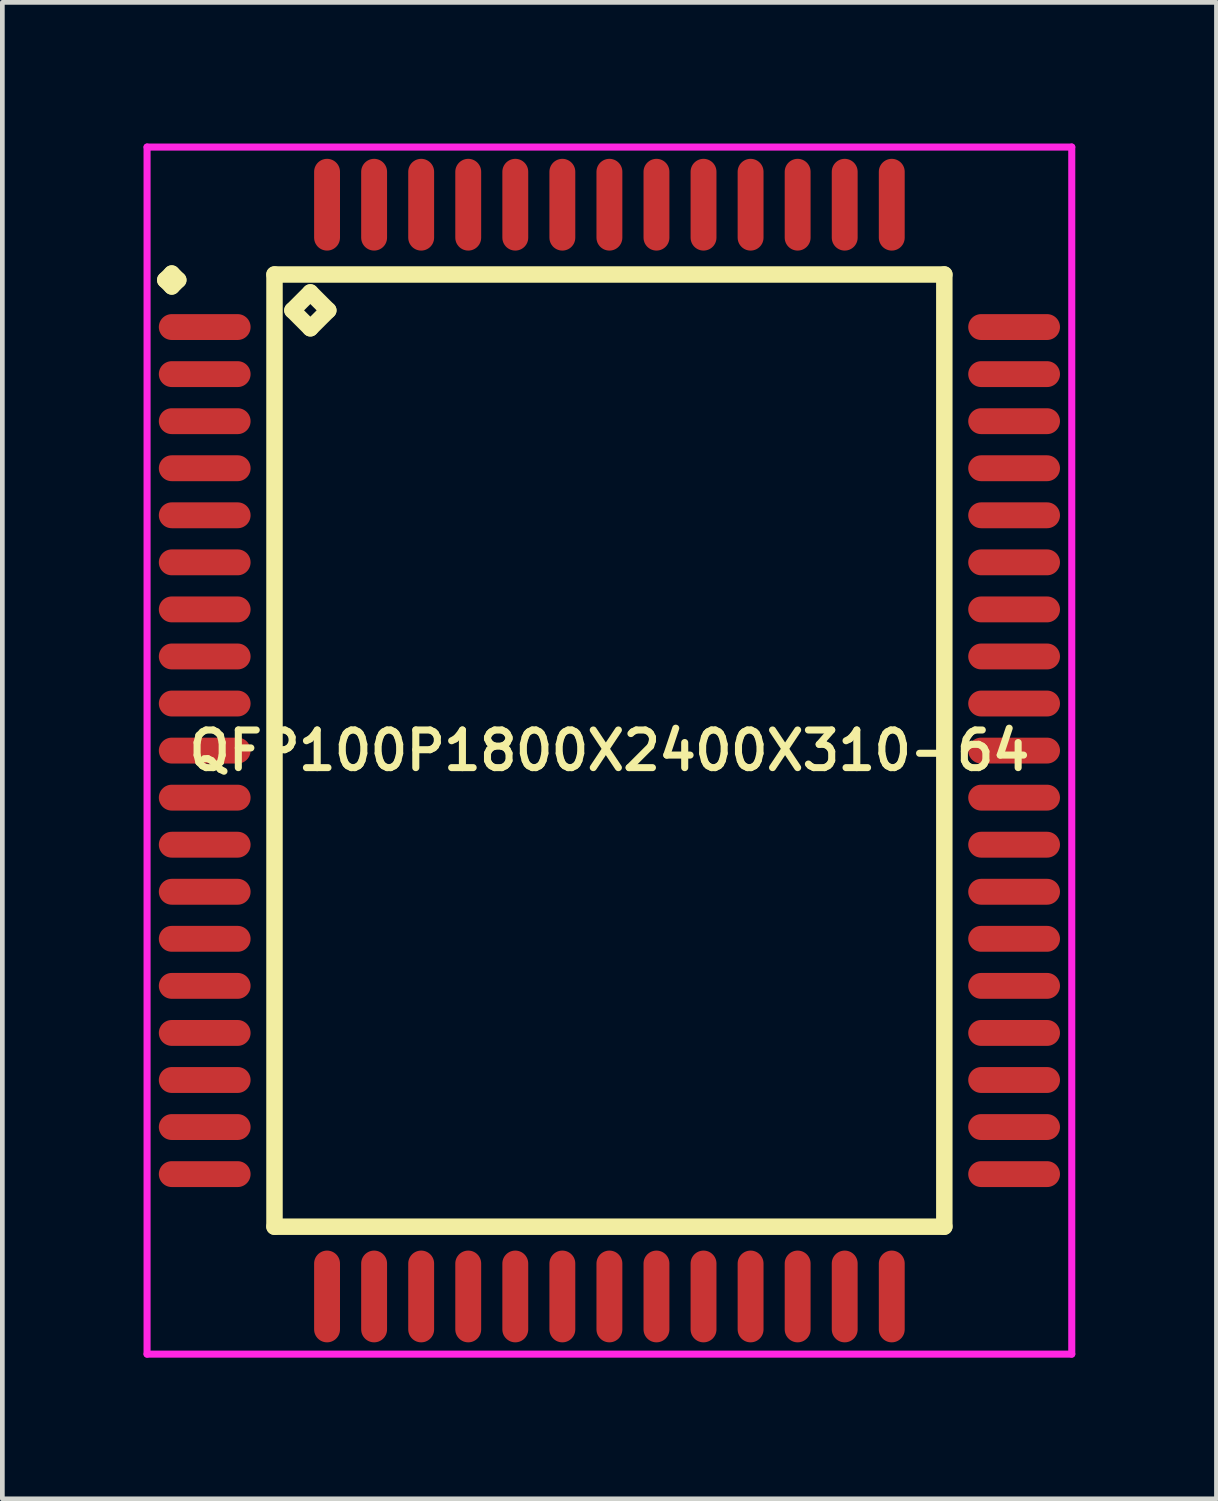
<source format=kicad_pcb>
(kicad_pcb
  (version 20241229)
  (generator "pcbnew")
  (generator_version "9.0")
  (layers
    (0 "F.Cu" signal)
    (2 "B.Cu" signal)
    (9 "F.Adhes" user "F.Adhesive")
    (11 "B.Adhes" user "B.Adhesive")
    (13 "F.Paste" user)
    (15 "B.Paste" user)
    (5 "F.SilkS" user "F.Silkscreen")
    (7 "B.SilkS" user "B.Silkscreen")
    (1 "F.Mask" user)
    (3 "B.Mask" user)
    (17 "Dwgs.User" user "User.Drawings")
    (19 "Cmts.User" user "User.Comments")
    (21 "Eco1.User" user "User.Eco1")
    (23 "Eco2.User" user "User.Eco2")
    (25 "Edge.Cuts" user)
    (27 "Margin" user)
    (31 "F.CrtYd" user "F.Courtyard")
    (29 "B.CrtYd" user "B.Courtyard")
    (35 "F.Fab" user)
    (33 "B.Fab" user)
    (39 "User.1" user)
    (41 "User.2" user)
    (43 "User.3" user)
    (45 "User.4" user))
  (footprint "QFP100P1800X2400X310-64"
    (layer "F.Cu")
    (at 9.9 12.9)
    (property "Reference" "QFP100P1800X2400X310-64" (at 0 0 0) (layer "F.SilkS") (effects (font (size 0.8 0.8) (thickness 0.15))))
    (attr smd)
    (fp_line (start -9.438 -10) (end -9.3 -10.137) (stroke (width 0.35) (type solid)) (layer "F.SilkS"))
    (fp_line (start -9.3 -10.137) (end -9.162 -10) (stroke (width 0.35) (type solid)) (layer "F.SilkS"))
    (fp_line (start -9.3 -9.863) (end -9.438 -10) (stroke (width 0.35) (type solid)) (layer "F.SilkS"))
    (fp_line (start -9.162 -10) (end -9.3 -9.863) (stroke (width 0.35) (type solid)) (layer "F.SilkS"))
    (fp_line (start -7.117 -10.117) (end -7.117 10.117) (stroke (width 0.35) (type solid)) (layer "F.SilkS"))
    (fp_line (start -7.117 10.117) (end 7.117 10.117) (stroke (width 0.35) (type solid)) (layer "F.SilkS"))
    (fp_line (start -6.736 -9.355) (end -6.355 -9.736) (stroke (width 0.35) (type solid)) (layer "F.SilkS"))
    (fp_line (start -6.355 -9.736) (end -5.974 -9.355) (stroke (width 0.35) (type solid)) (layer "F.SilkS"))
    (fp_line (start -6.355 -8.974) (end -6.736 -9.355) (stroke (width 0.35) (type solid)) (layer "F.SilkS"))
    (fp_line (start -5.974 -9.355) (end -6.355 -8.974) (stroke (width 0.35) (type solid)) (layer "F.SilkS"))
    (fp_line (start 7.117 -10.117) (end -7.117 -10.117) (stroke (width 0.35) (type solid)) (layer "F.SilkS"))
    (fp_line (start 7.117 10.117) (end 7.117 -10.117) (stroke (width 0.35) (type solid)) (layer "F.SilkS"))
    (fp_line (start -9.825 -12.825) (end 9.825 -12.825) (stroke (width 0.15) (type solid)) (layer "F.CrtYd"))
    (fp_line (start -9.825 12.825) (end -9.825 -12.825) (stroke (width 0.15) (type solid)) (layer "F.CrtYd"))
    (fp_line (start 9.825 -12.825) (end 9.825 12.825) (stroke (width 0.15) (type solid)) (layer "F.CrtYd"))
    (fp_line (start 9.825 12.825) (end -9.825 12.825) (stroke (width 0.15) (type solid)) (layer "F.CrtYd"))
    (pad "1" smd oval (at -8.6 -9) (size 1.95 0.55) (layers "F.Cu" "F.Mask" "F.Paste"))
    (pad "2" smd oval (at -8.6 -8) (size 1.95 0.55) (layers "F.Cu" "F.Mask" "F.Paste"))
    (pad "3" smd oval (at -8.6 -7) (size 1.95 0.55) (layers "F.Cu" "F.Mask" "F.Paste"))
    (pad "4" smd oval (at -8.6 -6) (size 1.95 0.55) (layers "F.Cu" "F.Mask" "F.Paste"))
    (pad "5" smd oval (at -8.6 -5) (size 1.95 0.55) (layers "F.Cu" "F.Mask" "F.Paste"))
    (pad "6" smd oval (at -8.6 -4) (size 1.95 0.55) (layers "F.Cu" "F.Mask" "F.Paste"))
    (pad "7" smd oval (at -8.6 -3) (size 1.95 0.55) (layers "F.Cu" "F.Mask" "F.Paste"))
    (pad "8" smd oval (at -8.6 -2) (size 1.95 0.55) (layers "F.Cu" "F.Mask" "F.Paste"))
    (pad "9" smd oval (at -8.6 -1) (size 1.95 0.55) (layers "F.Cu" "F.Mask" "F.Paste"))
    (pad "10" smd oval (at -8.6 0) (size 1.95 0.55) (layers "F.Cu" "F.Mask" "F.Paste"))
    (pad "11" smd oval (at -8.6 1) (size 1.95 0.55) (layers "F.Cu" "F.Mask" "F.Paste"))
    (pad "12" smd oval (at -8.6 2) (size 1.95 0.55) (layers "F.Cu" "F.Mask" "F.Paste"))
    (pad "13" smd oval (at -8.6 3) (size 1.95 0.55) (layers "F.Cu" "F.Mask" "F.Paste"))
    (pad "14" smd oval (at -8.6 4) (size 1.95 0.55) (layers "F.Cu" "F.Mask" "F.Paste"))
    (pad "15" smd oval (at -8.6 5) (size 1.95 0.55) (layers "F.Cu" "F.Mask" "F.Paste"))
    (pad "16" smd oval (at -8.6 6) (size 1.95 0.55) (layers "F.Cu" "F.Mask" "F.Paste"))
    (pad "17" smd oval (at -8.6 7) (size 1.95 0.55) (layers "F.Cu" "F.Mask" "F.Paste"))
    (pad "18" smd oval (at -8.6 8) (size 1.95 0.55) (layers "F.Cu" "F.Mask" "F.Paste"))
    (pad "19" smd oval (at -8.6 9) (size 1.95 0.55) (layers "F.Cu" "F.Mask" "F.Paste"))
    (pad "20" smd oval (at -6 11.6) (size 0.55 1.95) (layers "F.Cu" "F.Mask" "F.Paste"))
    (pad "21" smd oval (at -5 11.6) (size 0.55 1.95) (layers "F.Cu" "F.Mask" "F.Paste"))
    (pad "22" smd oval (at -4 11.6) (size 0.55 1.95) (layers "F.Cu" "F.Mask" "F.Paste"))
    (pad "23" smd oval (at -3 11.6) (size 0.55 1.95) (layers "F.Cu" "F.Mask" "F.Paste"))
    (pad "24" smd oval (at -2 11.6) (size 0.55 1.95) (layers "F.Cu" "F.Mask" "F.Paste"))
    (pad "25" smd oval (at -1 11.6) (size 0.55 1.95) (layers "F.Cu" "F.Mask" "F.Paste"))
    (pad "26" smd oval (at 0 11.6) (size 0.55 1.95) (layers "F.Cu" "F.Mask" "F.Paste"))
    (pad "27" smd oval (at 1 11.6) (size 0.55 1.95) (layers "F.Cu" "F.Mask" "F.Paste"))
    (pad "28" smd oval (at 2 11.6) (size 0.55 1.95) (layers "F.Cu" "F.Mask" "F.Paste"))
    (pad "29" smd oval (at 3 11.6) (size 0.55 1.95) (layers "F.Cu" "F.Mask" "F.Paste"))
    (pad "30" smd oval (at 4 11.6) (size 0.55 1.95) (layers "F.Cu" "F.Mask" "F.Paste"))
    (pad "31" smd oval (at 5 11.6) (size 0.55 1.95) (layers "F.Cu" "F.Mask" "F.Paste"))
    (pad "32" smd oval (at 6 11.6) (size 0.55 1.95) (layers "F.Cu" "F.Mask" "F.Paste"))
    (pad "33" smd oval (at 8.6 9) (size 1.95 0.55) (layers "F.Cu" "F.Mask" "F.Paste"))
    (pad "34" smd oval (at 8.6 8) (size 1.95 0.55) (layers "F.Cu" "F.Mask" "F.Paste"))
    (pad "35" smd oval (at 8.6 7) (size 1.95 0.55) (layers "F.Cu" "F.Mask" "F.Paste"))
    (pad "36" smd oval (at 8.6 6) (size 1.95 0.55) (layers "F.Cu" "F.Mask" "F.Paste"))
    (pad "37" smd oval (at 8.6 5) (size 1.95 0.55) (layers "F.Cu" "F.Mask" "F.Paste"))
    (pad "38" smd oval (at 8.6 4) (size 1.95 0.55) (layers "F.Cu" "F.Mask" "F.Paste"))
    (pad "39" smd oval (at 8.6 3) (size 1.95 0.55) (layers "F.Cu" "F.Mask" "F.Paste"))
    (pad "40" smd oval (at 8.6 2) (size 1.95 0.55) (layers "F.Cu" "F.Mask" "F.Paste"))
    (pad "41" smd oval (at 8.6 1) (size 1.95 0.55) (layers "F.Cu" "F.Mask" "F.Paste"))
    (pad "42" smd oval (at 8.6 0) (size 1.95 0.55) (layers "F.Cu" "F.Mask" "F.Paste"))
    (pad "43" smd oval (at 8.6 -1) (size 1.95 0.55) (layers "F.Cu" "F.Mask" "F.Paste"))
    (pad "44" smd oval (at 8.6 -2) (size 1.95 0.55) (layers "F.Cu" "F.Mask" "F.Paste"))
    (pad "45" smd oval (at 8.6 -3) (size 1.95 0.55) (layers "F.Cu" "F.Mask" "F.Paste"))
    (pad "46" smd oval (at 8.6 -4) (size 1.95 0.55) (layers "F.Cu" "F.Mask" "F.Paste"))
    (pad "47" smd oval (at 8.6 -5) (size 1.95 0.55) (layers "F.Cu" "F.Mask" "F.Paste"))
    (pad "48" smd oval (at 8.6 -6) (size 1.95 0.55) (layers "F.Cu" "F.Mask" "F.Paste"))
    (pad "49" smd oval (at 8.6 -7) (size 1.95 0.55) (layers "F.Cu" "F.Mask" "F.Paste"))
    (pad "50" smd oval (at 8.6 -8) (size 1.95 0.55) (layers "F.Cu" "F.Mask" "F.Paste"))
    (pad "51" smd oval (at 8.6 -9) (size 1.95 0.55) (layers "F.Cu" "F.Mask" "F.Paste"))
    (pad "52" smd oval (at 6 -11.6) (size 0.55 1.95) (layers "F.Cu" "F.Mask" "F.Paste"))
    (pad "53" smd oval (at 5 -11.6) (size 0.55 1.95) (layers "F.Cu" "F.Mask" "F.Paste"))
    (pad "54" smd oval (at 4 -11.6) (size 0.55 1.95) (layers "F.Cu" "F.Mask" "F.Paste"))
    (pad "55" smd oval (at 3 -11.6) (size 0.55 1.95) (layers "F.Cu" "F.Mask" "F.Paste"))
    (pad "56" smd oval (at 2 -11.6) (size 0.55 1.95) (layers "F.Cu" "F.Mask" "F.Paste"))
    (pad "57" smd oval (at 1 -11.6) (size 0.55 1.95) (layers "F.Cu" "F.Mask" "F.Paste"))
    (pad "58" smd oval (at 0 -11.6) (size 0.55 1.95) (layers "F.Cu" "F.Mask" "F.Paste"))
    (pad "59" smd oval (at -1 -11.6) (size 0.55 1.95) (layers "F.Cu" "F.Mask" "F.Paste"))
    (pad "60" smd oval (at -2 -11.6) (size 0.55 1.95) (layers "F.Cu" "F.Mask" "F.Paste"))
    (pad "61" smd oval (at -3 -11.6) (size 0.55 1.95) (layers "F.Cu" "F.Mask" "F.Paste"))
    (pad "62" smd oval (at -4 -11.6) (size 0.55 1.95) (layers "F.Cu" "F.Mask" "F.Paste"))
    (pad "63" smd oval (at -5 -11.6) (size 0.55 1.95) (layers "F.Cu" "F.Mask" "F.Paste"))
    (pad "64" smd oval (at -6 -11.6) (size 0.55 1.95) (layers "F.Cu" "F.Mask" "F.Paste")))
  (gr_rect
    (start -3 -3)
    (end 22.8 28.8)
    (stroke (width 0.1) (type default))
    (fill no)
    (layer "Edge.Cuts")))
</source>
